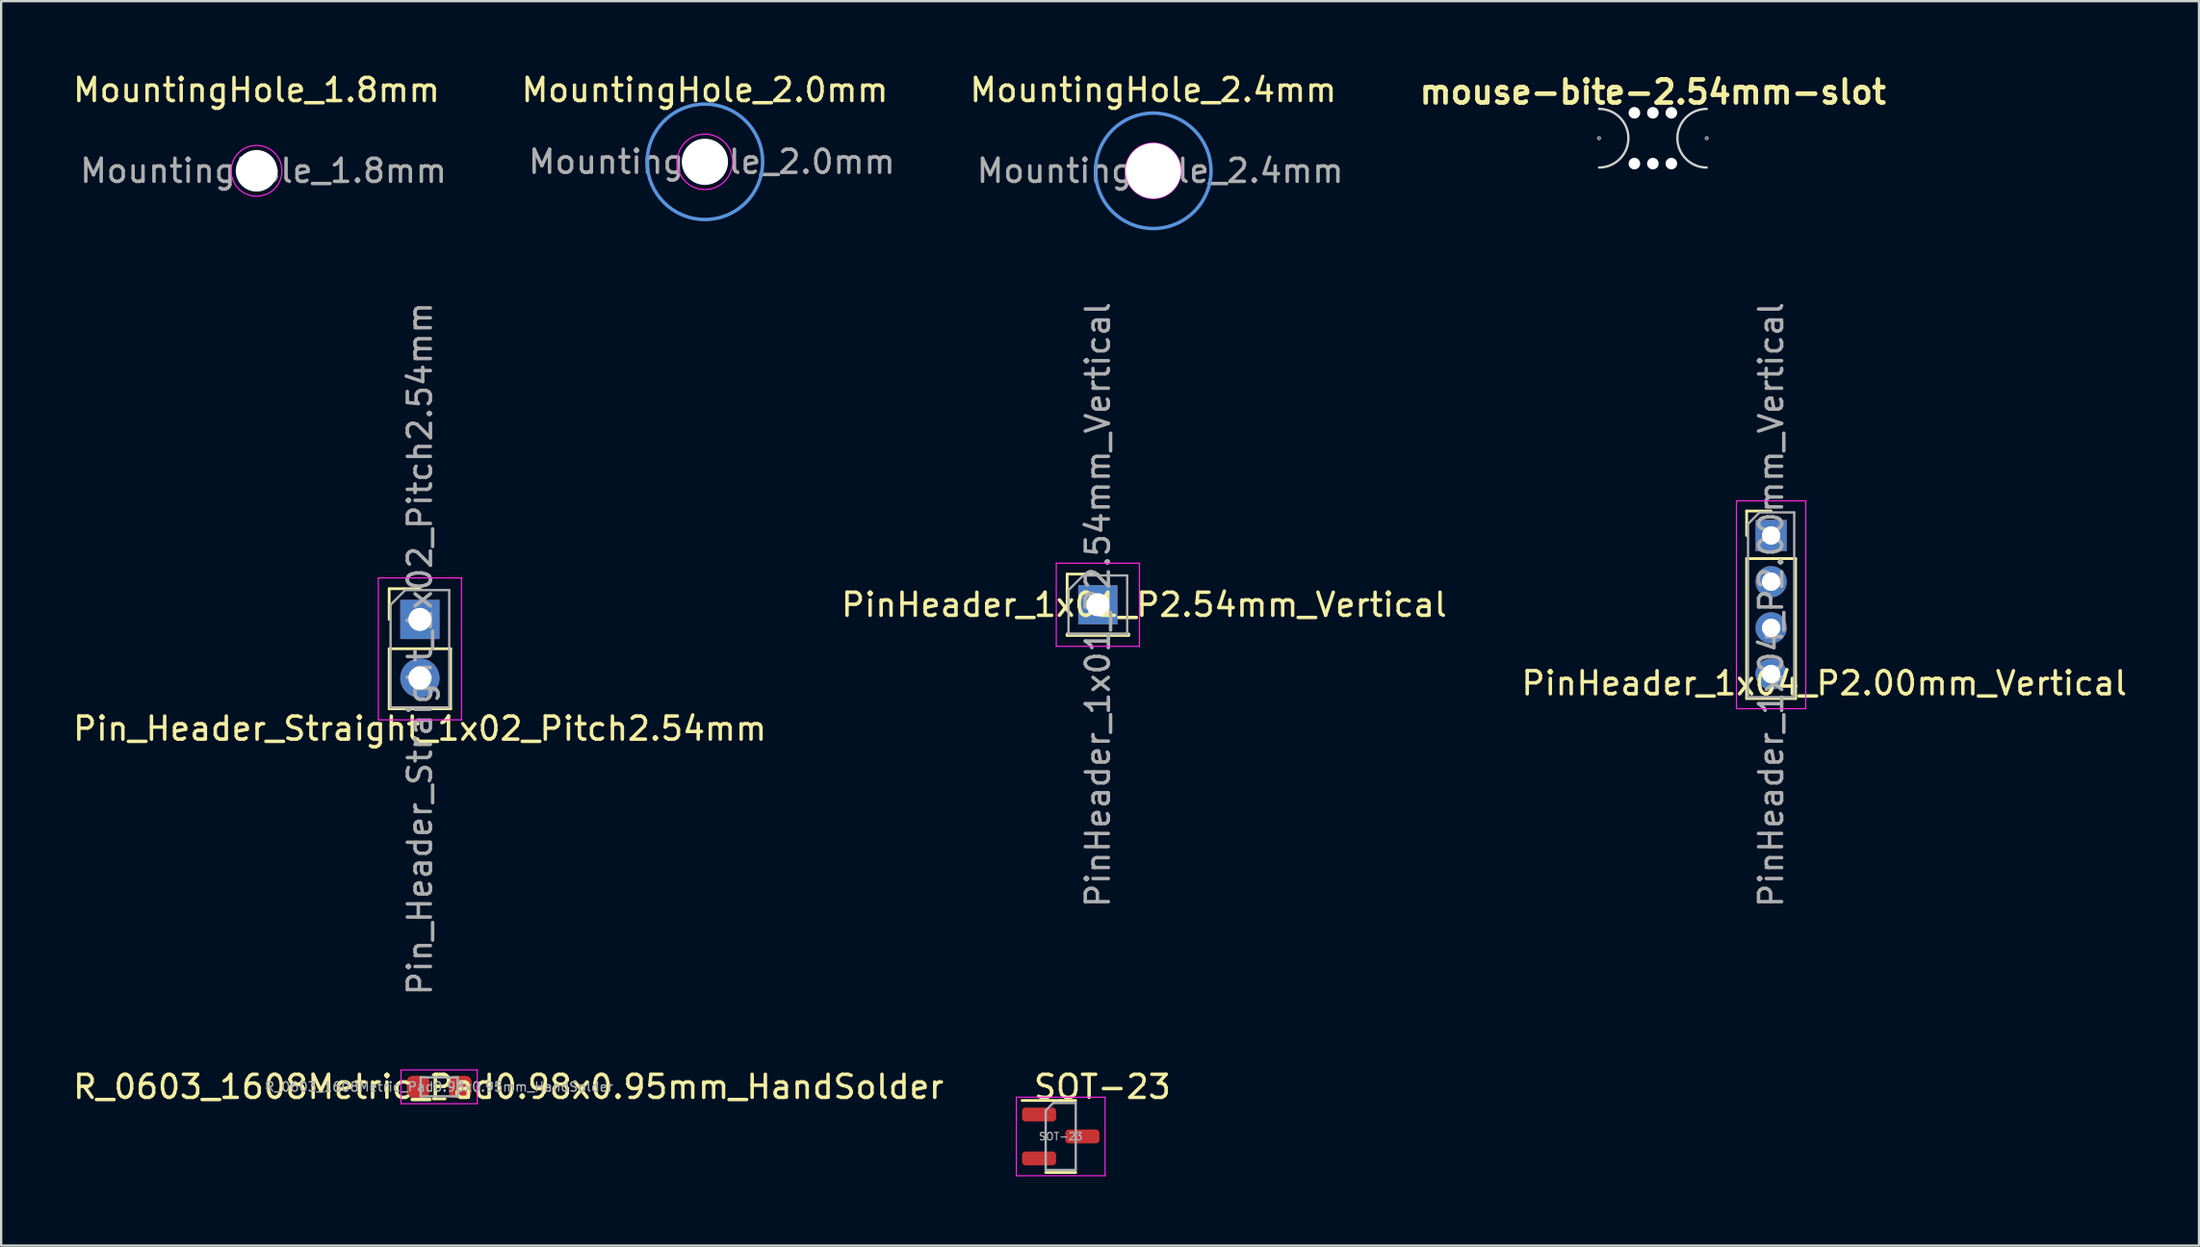
<source format=kicad_pcb>
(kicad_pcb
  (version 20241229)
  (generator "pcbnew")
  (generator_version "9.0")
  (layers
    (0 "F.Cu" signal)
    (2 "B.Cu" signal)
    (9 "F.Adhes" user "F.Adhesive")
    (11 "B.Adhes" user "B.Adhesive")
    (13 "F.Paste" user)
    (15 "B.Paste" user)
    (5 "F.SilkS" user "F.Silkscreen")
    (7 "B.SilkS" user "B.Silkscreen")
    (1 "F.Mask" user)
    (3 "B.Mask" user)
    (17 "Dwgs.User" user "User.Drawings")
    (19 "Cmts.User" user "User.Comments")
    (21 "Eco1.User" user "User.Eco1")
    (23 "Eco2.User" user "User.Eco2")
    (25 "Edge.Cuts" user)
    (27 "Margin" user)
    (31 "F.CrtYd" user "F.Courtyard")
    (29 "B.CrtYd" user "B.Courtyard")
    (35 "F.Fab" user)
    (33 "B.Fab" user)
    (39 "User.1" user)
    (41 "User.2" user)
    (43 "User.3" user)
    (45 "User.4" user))
  (footprint "MountingHole_2.4mm"
    (layer "F.Cu")
    (at 46.868 4.348)
    (property "Reference" "MountingHole_2.4mm" (at 0 -3.5 0) (layer "F.SilkS") (effects (font (size 1 1) (thickness 0.15))))
    (attr exclude_from_pos_files exclude_from_bom)
    (fp_circle (center 0 0) (end 2.5 0) (stroke (width 0.15) (type solid)) (fill no) (layer "Cmts.User"))
    (fp_circle (center 0 0) (end 1.2 0) (stroke (width 0.05) (type solid)) (fill no) (layer "F.CrtYd"))
    (fp_text user "${REFERENCE}" (at 0.3 0 0) (layer "F.Fab") (effects (font (size 1 1) (thickness 0.15))))
    (pad "" np_thru_hole circle (at 0 0) (size 2.4 2.4) (drill 2.4) (layers "*.Cu" "*.Mask")))
  (footprint "R_0603_1608Metric_Pad0.98x0.95mm_HandSolder"
    (layer "F.Cu")
    (at 15.958 44.022)
    (property "Reference" "R_0603_1608Metric_Pad0.98x0.95mm_HandSolder" (at 3 0 180) (layer "F.SilkS") (effects (font (size 1 1) (thickness 0.15))))
    (attr smd)
    (fp_line (start -0.255 -0.522) (end 0.255 -0.522) (stroke (width 0.12) (type solid)) (layer "F.SilkS"))
    (fp_line (start -0.255 0.522) (end 0.255 0.522) (stroke (width 0.12) (type solid)) (layer "F.SilkS"))
    (fp_line (start -1.65 -0.73) (end 1.65 -0.73) (stroke (width 0.05) (type solid)) (layer "F.CrtYd"))
    (fp_line (start -1.65 0.73) (end -1.65 -0.73) (stroke (width 0.05) (type solid)) (layer "F.CrtYd"))
    (fp_line (start 1.65 -0.73) (end 1.65 0.73) (stroke (width 0.05) (type solid)) (layer "F.CrtYd"))
    (fp_line (start 1.65 0.73) (end -1.65 0.73) (stroke (width 0.05) (type solid)) (layer "F.CrtYd"))
    (fp_line (start -0.8 -0.412) (end 0.8 -0.412) (stroke (width 0.1) (type solid)) (layer "F.Fab"))
    (fp_line (start -0.8 0.412) (end -0.8 -0.412) (stroke (width 0.1) (type solid)) (layer "F.Fab"))
    (fp_line (start 0.8 -0.412) (end 0.8 0.412) (stroke (width 0.1) (type solid)) (layer "F.Fab"))
    (fp_line (start 0.8 0.412) (end -0.8 0.412) (stroke (width 0.1) (type solid)) (layer "F.Fab"))
    (fp_text user "${REFERENCE}" (at 0 0 180) (layer "F.Fab") (effects (font (size 0.4 0.4) (thickness 0.06))))
    (pad "1" smd roundrect (at -0.912 0) (size 0.975 0.95) (layers "F.Cu" "F.Mask" "F.Paste") (roundrect_rratio 0.25))
    (pad "2" smd roundrect (at 0.912 0) (size 0.975 0.95) (layers "F.Cu" "F.Mask" "F.Paste") (roundrect_rratio 0.25)))
  (footprint "mouse-bite-2.54mm-slot"
    (layer "F.Cu")
    (at 70.823 1.666)
    (property "Reference" "mouse-bite-2.54mm-slot" (at -2.33 -0.73 0) (layer "F.SilkS") (effects (font (size 1 1) (thickness 0.2))))
    (attr through_hole)
    (fp_circle (center -4.66 1.27) (end -4.6 1.27) (stroke (width 0.05) (type solid)) (fill no) (layer "Dwgs.User"))
    (fp_circle (center 0 1.27) (end 0 1.21) (stroke (width 0.05) (type solid)) (fill no) (layer "Dwgs.User"))
    (fp_line (start -4.66 1.27) (end -4.66 1.27) (stroke (width 2.54) (type solid)) (layer "Eco1.User"))
    (fp_line (start 0 1.27) (end 0 1.27) (stroke (width 2.54) (type solid)) (layer "Eco1.User"))
    (fp_arc (start -4.66 0) (mid -3.39 1.27) (end -4.66 2.54) (stroke (width 0.1) (type solid)) (layer "Edge.Cuts"))
    (fp_arc (start 0 2.54) (mid -1.27 1.27) (end 0 0) (stroke (width 0.1) (type solid)) (layer "Edge.Cuts"))
    (pad "" np_thru_hole circle (at -3.13 0.17) (size 0.5 0.5) (drill 0.5) (layers "*.Cu" "*.Mask"))
    (pad "" np_thru_hole circle (at -3.13 2.37) (size 0.5 0.5) (drill 0.5) (layers "*.Cu" "*.Mask"))
    (pad "" np_thru_hole circle (at -2.33 0.17) (size 0.5 0.5) (drill 0.5) (layers "*.Cu" "*.Mask"))
    (pad "" np_thru_hole circle (at -2.33 2.37) (size 0.5 0.5) (drill 0.5) (layers "*.Cu" "*.Mask"))
    (pad "" np_thru_hole circle (at -1.53 0.17) (size 0.5 0.5) (drill 0.5) (layers "*.Cu" "*.Mask"))
    (pad "" np_thru_hole circle (at -1.53 2.37) (size 0.5 0.5) (drill 0.5) (layers "*.Cu" "*.Mask")))
  (footprint "SOT-23"
    (layer "F.Cu")
    (at 42.862 46.172)
    (property "Reference" "SOT-23" (at 1.8 -2.15 180) (layer "F.SilkS") (effects (font (size 1 1) (thickness 0.15))))
    (attr smd)
    (fp_line (start 0 -1.56) (end -1.675 -1.56) (stroke (width 0.12) (type solid)) (layer "F.SilkS"))
    (fp_line (start 0 -1.56) (end 0.65 -1.56) (stroke (width 0.12) (type solid)) (layer "F.SilkS"))
    (fp_line (start 0 1.56) (end -0.65 1.56) (stroke (width 0.12) (type solid)) (layer "F.SilkS"))
    (fp_line (start 0 1.56) (end 0.65 1.56) (stroke (width 0.12) (type solid)) (layer "F.SilkS"))
    (fp_line (start -1.92 -1.7) (end -1.92 1.7) (stroke (width 0.05) (type solid)) (layer "F.CrtYd"))
    (fp_line (start -1.92 1.7) (end 1.92 1.7) (stroke (width 0.05) (type solid)) (layer "F.CrtYd"))
    (fp_line (start 1.92 -1.7) (end -1.92 -1.7) (stroke (width 0.05) (type solid)) (layer "F.CrtYd"))
    (fp_line (start 1.92 1.7) (end 1.92 -1.7) (stroke (width 0.05) (type solid)) (layer "F.CrtYd"))
    (fp_line (start -0.65 -1.125) (end -0.325 -1.45) (stroke (width 0.1) (type solid)) (layer "F.Fab"))
    (fp_line (start -0.65 1.45) (end -0.65 -1.125) (stroke (width 0.1) (type solid)) (layer "F.Fab"))
    (fp_line (start -0.325 -1.45) (end 0.65 -1.45) (stroke (width 0.1) (type solid)) (layer "F.Fab"))
    (fp_line (start 0.65 -1.45) (end 0.65 1.45) (stroke (width 0.1) (type solid)) (layer "F.Fab"))
    (fp_line (start 0.65 1.45) (end -0.65 1.45) (stroke (width 0.1) (type solid)) (layer "F.Fab"))
    (fp_text user "${REFERENCE}" (at 0 0 180) (layer "F.Fab") (effects (font (size 0.32 0.32) (thickness 0.05))))
    (pad "1" smd roundrect (at -0.938 -0.95) (size 1.475 0.6) (layers "F.Cu" "F.Mask" "F.Paste") (roundrect_rratio 0.25))
    (pad "2" smd roundrect (at -0.938 0.95) (size 1.475 0.6) (layers "F.Cu" "F.Mask" "F.Paste") (roundrect_rratio 0.25))
    (pad "3" smd roundrect (at 0.938 0) (size 1.475 0.6) (layers "F.Cu" "F.Mask" "F.Paste") (roundrect_rratio 0.25)))
  (footprint "PinHeader_1x01_P2.54mm_Vertical"
    (layer "F.Cu")
    (at 44.47 23.143)
    (property "Reference" "PinHeader_1x01_P2.54mm_Vertical" (at 2 0 0) (layer "F.SilkS") (effects (font (size 1 1) (thickness 0.15))))
    (attr through_hole)
    (fp_line (start -1.33 -1.33) (end 0 -1.33) (stroke (width 0.12) (type solid)) (layer "F.SilkS"))
    (fp_line (start -1.33 0) (end -1.33 -1.33) (stroke (width 0.12) (type solid)) (layer "F.SilkS"))
    (fp_line (start -1.33 1.27) (end -1.33 1.33) (stroke (width 0.12) (type solid)) (layer "F.SilkS"))
    (fp_line (start -1.33 1.27) (end 1.33 1.27) (stroke (width 0.12) (type solid)) (layer "F.SilkS"))
    (fp_line (start -1.33 1.33) (end 1.33 1.33) (stroke (width 0.12) (type solid)) (layer "F.SilkS"))
    (fp_line (start 1.33 1.27) (end 1.33 1.33) (stroke (width 0.12) (type solid)) (layer "F.SilkS"))
    (fp_line (start -1.8 -1.8) (end -1.8 1.8) (stroke (width 0.05) (type solid)) (layer "F.CrtYd"))
    (fp_line (start -1.8 1.8) (end 1.8 1.8) (stroke (width 0.05) (type solid)) (layer "F.CrtYd"))
    (fp_line (start 1.8 -1.8) (end -1.8 -1.8) (stroke (width 0.05) (type solid)) (layer "F.CrtYd"))
    (fp_line (start 1.8 1.8) (end 1.8 -1.8) (stroke (width 0.05) (type solid)) (layer "F.CrtYd"))
    (fp_line (start -1.27 -0.635) (end -0.635 -1.27) (stroke (width 0.1) (type solid)) (layer "F.Fab"))
    (fp_line (start -1.27 1.27) (end -1.27 -0.635) (stroke (width 0.1) (type solid)) (layer "F.Fab"))
    (fp_line (start -0.635 -1.27) (end 1.27 -1.27) (stroke (width 0.1) (type solid)) (layer "F.Fab"))
    (fp_line (start 1.27 -1.27) (end 1.27 1.27) (stroke (width 0.1) (type solid)) (layer "F.Fab"))
    (fp_line (start 1.27 1.27) (end -1.27 1.27) (stroke (width 0.1) (type solid)) (layer "F.Fab"))
    (fp_text user "${REFERENCE}" (at 0 0 90) (layer "F.Fab") (effects (font (size 1 1) (thickness 0.15))))
    (pad "1" thru_hole rect (at 0 0) (size 1.7 1.7) (drill 1) (layers "*.Cu" "*.Mask")))
  (footprint "MountingHole_2.0mm"
    (layer "F.Cu")
    (at 27.461 3.958)
    (property "Reference" "MountingHole_2.0mm" (at 0 -3.11 0) (layer "F.SilkS") (effects (font (size 1 1) (thickness 0.15))))
    (attr exclude_from_pos_files exclude_from_bom)
    (fp_circle (center 0 0) (end 2.5 0) (stroke (width 0.15) (type solid)) (fill no) (layer "Cmts.User"))
    (fp_circle (center 0 0) (end 1.2 0) (stroke (width 0.05) (type solid)) (fill no) (layer "F.CrtYd"))
    (fp_text user "${REFERENCE}" (at 0.3 0 0) (layer "F.Fab") (effects (font (size 1 1) (thickness 0.15))))
    (pad "" np_thru_hole circle (at 0 0) (size 2 2) (drill 2) (layers "*.Cu" "*.Mask")))
  (footprint "PinHeader_1x04_P2.00mm_Vertical"
    (layer "F.Cu")
    (at 73.611 20.143)
    (property "Reference" "PinHeader_1x04_P2.00mm_Vertical" (at 2.3 6.4 180) (layer "F.SilkS") (effects (font (size 1 1) (thickness 0.15))))
    (attr through_hole)
    (fp_line (start -1.06 -1.06) (end 0 -1.06) (stroke (width 0.12) (type solid)) (layer "F.SilkS"))
    (fp_line (start -1.06 0) (end -1.06 -1.06) (stroke (width 0.12) (type solid)) (layer "F.SilkS"))
    (fp_line (start -1.06 1) (end -1.06 7.06) (stroke (width 0.12) (type solid)) (layer "F.SilkS"))
    (fp_line (start -1.06 1) (end 1.06 1) (stroke (width 0.12) (type solid)) (layer "F.SilkS"))
    (fp_line (start -1.06 7.06) (end 1.06 7.06) (stroke (width 0.12) (type solid)) (layer "F.SilkS"))
    (fp_line (start 1.06 1) (end 1.06 7.06) (stroke (width 0.12) (type solid)) (layer "F.SilkS"))
    (fp_line (start -1.5 -1.5) (end -1.5 7.5) (stroke (width 0.05) (type solid)) (layer "F.CrtYd"))
    (fp_line (start -1.5 7.5) (end 1.5 7.5) (stroke (width 0.05) (type solid)) (layer "F.CrtYd"))
    (fp_line (start 1.5 -1.5) (end -1.5 -1.5) (stroke (width 0.05) (type solid)) (layer "F.CrtYd"))
    (fp_line (start 1.5 7.5) (end 1.5 -1.5) (stroke (width 0.05) (type solid)) (layer "F.CrtYd"))
    (fp_line (start -1 -0.5) (end -0.5 -1) (stroke (width 0.1) (type solid)) (layer "F.Fab"))
    (fp_line (start -1 7) (end -1 -0.5) (stroke (width 0.1) (type solid)) (layer "F.Fab"))
    (fp_line (start -0.5 -1) (end 1 -1) (stroke (width 0.1) (type solid)) (layer "F.Fab"))
    (fp_line (start 1 -1) (end 1 7) (stroke (width 0.1) (type solid)) (layer "F.Fab"))
    (fp_line (start 1 7) (end -1 7) (stroke (width 0.1) (type solid)) (layer "F.Fab"))
    (fp_text user "${REFERENCE}" (at 0 3 270) (layer "F.Fab") (effects (font (size 1 1) (thickness 0.15))))
    (pad "1" thru_hole rect (at 0 0) (size 1.35 1.35) (drill 0.8) (layers "*.Cu" "*.Mask"))
    (pad "2" thru_hole oval (at 0 2) (size 1.35 1.35) (drill 0.8) (layers "*.Cu" "*.Mask"))
    (pad "3" thru_hole oval (at 0 4) (size 1.35 1.35) (drill 0.8) (layers "*.Cu" "*.Mask"))
    (pad "4" thru_hole oval (at 0 6) (size 1.35 1.35) (drill 0.8) (layers "*.Cu" "*.Mask")))
  (footprint "Pin_Header_Straight_1x02_Pitch2.54mm"
    (layer "F.Cu")
    (at 15.125 23.778)
    (property "Reference" "Pin_Header_Straight_1x02_Pitch2.54mm" (at 0 4.729 180) (layer "F.SilkS") (effects (font (size 1 1) (thickness 0.15))))
    (attr through_hole)
    (fp_line (start -1.33 -1.33) (end 0 -1.33) (stroke (width 0.12) (type solid)) (layer "F.SilkS"))
    (fp_line (start -1.33 0) (end -1.33 -1.33) (stroke (width 0.12) (type solid)) (layer "F.SilkS"))
    (fp_line (start -1.33 1.27) (end -1.33 3.87) (stroke (width 0.12) (type solid)) (layer "F.SilkS"))
    (fp_line (start -1.33 1.27) (end 1.33 1.27) (stroke (width 0.12) (type solid)) (layer "F.SilkS"))
    (fp_line (start -1.33 3.87) (end 1.33 3.87) (stroke (width 0.12) (type solid)) (layer "F.SilkS"))
    (fp_line (start 1.33 1.27) (end 1.33 3.87) (stroke (width 0.12) (type solid)) (layer "F.SilkS"))
    (fp_line (start -1.8 -1.8) (end -1.8 4.35) (stroke (width 0.05) (type solid)) (layer "F.CrtYd"))
    (fp_line (start -1.8 4.35) (end 1.8 4.35) (stroke (width 0.05) (type solid)) (layer "F.CrtYd"))
    (fp_line (start 1.8 -1.8) (end -1.8 -1.8) (stroke (width 0.05) (type solid)) (layer "F.CrtYd"))
    (fp_line (start 1.8 4.35) (end 1.8 -1.8) (stroke (width 0.05) (type solid)) (layer "F.CrtYd"))
    (fp_line (start -1.27 -0.635) (end -0.635 -1.27) (stroke (width 0.1) (type solid)) (layer "F.Fab"))
    (fp_line (start -1.27 3.81) (end -1.27 -0.635) (stroke (width 0.1) (type solid)) (layer "F.Fab"))
    (fp_line (start -0.635 -1.27) (end 1.27 -1.27) (stroke (width 0.1) (type solid)) (layer "F.Fab"))
    (fp_line (start 1.27 -1.27) (end 1.27 3.81) (stroke (width 0.1) (type solid)) (layer "F.Fab"))
    (fp_line (start 1.27 3.81) (end -1.27 3.81) (stroke (width 0.1) (type solid)) (layer "F.Fab"))
    (fp_text user "${REFERENCE}" (at 0 1.27 270) (layer "F.Fab") (effects (font (size 1 1) (thickness 0.15))))
    (pad "1" thru_hole rect (at 0 0) (size 1.7 1.7) (drill 1) (layers "*.Cu" "*.Mask"))
    (pad "2" thru_hole oval (at 0 2.54) (size 1.7 1.7) (drill 1) (layers "*.Cu" "*.Mask")))
  (footprint "MountingHole_1.8mm"
    (layer "F.Cu")
    (at 8.054 4.348)
    (property "Reference" "MountingHole_1.8mm" (at 0 -3.5 0) (layer "F.SilkS") (effects (font (size 1 1) (thickness 0.15))))
    (attr exclude_from_pos_files exclude_from_bom)
    (fp_circle (center 0 0) (end 1.1 0) (stroke (width 0.05) (type solid)) (fill no) (layer "F.CrtYd"))
    (fp_text user "${REFERENCE}" (at 0.3 0 0) (layer "F.Fab") (effects (font (size 1 1) (thickness 0.15))))
    (pad "" np_thru_hole circle (at 0 0) (size 1.8 1.8) (drill 1.8) (layers "*.Cu" "*.Mask")))
  (gr_rect
    (start -3 -3)
    (end 92.131 50.897)
    (stroke (width 0.1) (type default))
    (fill no)
    (layer "Edge.Cuts")))
</source>
